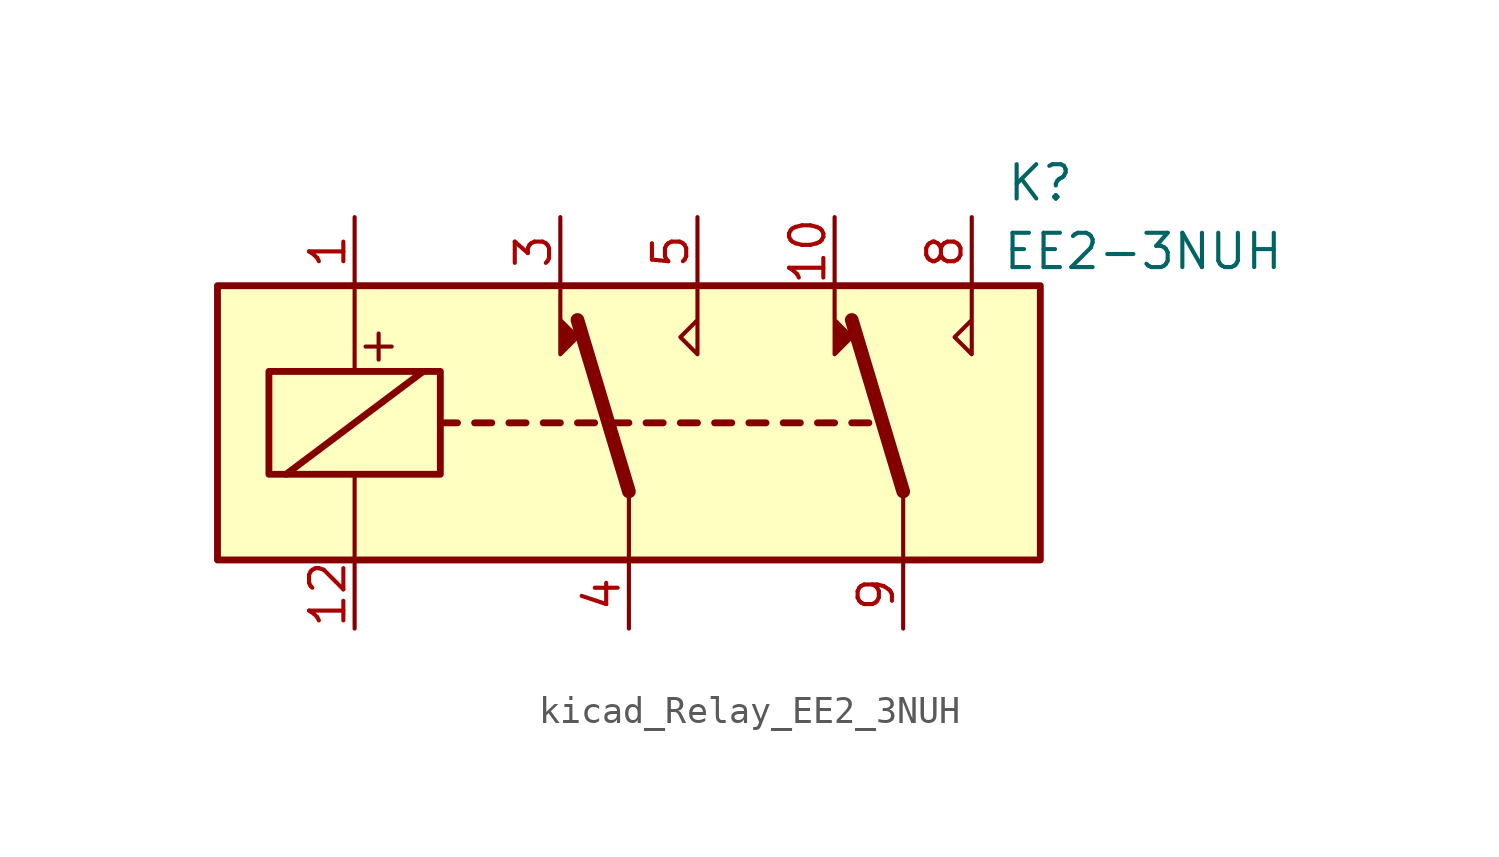
<source format=kicad_sym>
(kicad_symbol_lib
  (version 20220914)
  (generator kicad_symbol_editor)
  (symbol "kicad_Relay_EE2_3NUH"
    (property "Reference" "K"
      (at 15.24 8.89 0)
      (effects (font (size 1.27 1.27))))
    (property "Value" "EE2-3NUH"
      (at 19.05 6.35 0)
      (effects (font (size 1.27 1.27))))
    (symbol "kicad_Relay_EE2_3NUH_1_1"
      (rectangle (start -15.24 5.08) (end 15.24 -5.08) (stroke (width 0.254) (type default)) (fill (type background)))
      (rectangle (start -13.335 1.905) (end -6.985 -1.905) (stroke (width 0.254) (type default)) (fill (type none)))
      (polyline (pts (xy -12.7 -1.905) (xy -7.62 1.905)) (stroke (width 0.254) (type default)) (fill (type none)))
      (polyline (pts (xy -10.16 -5.08) (xy -10.16 -1.905)) (stroke (width 0) (type default)) (fill (type none)))
      (polyline (pts (xy -10.16 5.08) (xy -10.16 1.905)) (stroke (width 0) (type default)) (fill (type none)))
      (polyline (pts (xy -6.985 0) (xy -6.35 0)) (stroke (width 0.254) (type default)) (fill (type none)))
      (polyline (pts (xy -5.715 0) (xy -5.08 0)) (stroke (width 0.254) (type default)) (fill (type none)))
      (polyline (pts (xy -4.445 0) (xy -3.81 0)) (stroke (width 0.254) (type default)) (fill (type none)))
      (polyline (pts (xy -3.175 0) (xy -2.54 0)) (stroke (width 0.254) (type default)) (fill (type none)))
      (polyline (pts (xy -1.905 0) (xy -1.27 0)) (stroke (width 0.254) (type default)) (fill (type none)))
      (polyline (pts (xy -0.635 0) (xy 0 0)) (stroke (width 0.254) (type default)) (fill (type none)))
      (polyline (pts (xy 0 -2.54) (xy -1.905 3.81)) (stroke (width 0.508) (type default)) (fill (type none)))
      (polyline (pts (xy 0 -2.54) (xy 0 -5.08)) (stroke (width 0) (type default)) (fill (type none)))
      (polyline (pts (xy 0.635 0) (xy 1.27 0)) (stroke (width 0.254) (type default)) (fill (type none)))
      (polyline (pts (xy 1.905 0) (xy 2.54 0)) (stroke (width 0.254) (type default)) (fill (type none)))
      (polyline (pts (xy 3.175 0) (xy 3.81 0)) (stroke (width 0.254) (type default)) (fill (type none)))
      (polyline (pts (xy 4.445 0) (xy 5.08 0)) (stroke (width 0.254) (type default)) (fill (type none)))
      (polyline (pts (xy 5.715 0) (xy 6.35 0)) (stroke (width 0.254) (type default)) (fill (type none)))
      (polyline (pts (xy 6.985 0) (xy 7.62 0)) (stroke (width 0.254) (type default)) (fill (type none)))
      (polyline (pts (xy 8.255 0) (xy 8.89 0)) (stroke (width 0.254) (type default)) (fill (type none)))
      (polyline (pts (xy 10.16 -2.54) (xy 8.255 3.81)) (stroke (width 0.508) (type default)) (fill (type none)))
      (polyline (pts (xy 10.16 -2.54) (xy 10.16 -5.08)) (stroke (width 0) (type default)) (fill (type none)))
      (polyline (pts (xy -2.54 5.08) (xy -2.54 2.54) (xy -1.905 3.175) (xy -2.54 3.81)) (stroke (width 0) (type default)) (fill (type outline)))
      (polyline (pts (xy 2.54 5.08) (xy 2.54 2.54) (xy 1.905 3.175) (xy 2.54 3.81)) (stroke (width 0) (type default)) (fill (type none)))
      (polyline (pts (xy 7.62 5.08) (xy 7.62 2.54) (xy 8.255 3.175) (xy 7.62 3.81)) (stroke (width 0) (type default)) (fill (type outline)))
      (polyline (pts (xy 12.7 5.08) (xy 12.7 2.54) (xy 12.065 3.175) (xy 12.7 3.81)) (stroke (width 0) (type default)) (fill (type none)))
      (text "+" (at -9.271 2.921 0) (effects (font (size 1.27 1.27))))
      (pin passive line (at -10.16 7.62 270) (length 2.54) (name "~" (effects (font (size 1.27 1.27)))) (number "1" (effects (font (size 1.27 1.27)))))
      (pin passive line (at 7.62 7.62 270) (length 2.54) (name "~" (effects (font (size 1.27 1.27)))) (number "10" (effects (font (size 1.27 1.27)))))
      (pin passive line (at -10.16 -7.62 90) (length 2.54) (name "~" (effects (font (size 1.27 1.27)))) (number "12" (effects (font (size 1.27 1.27)))))
      (pin passive line (at -2.54 7.62 270) (length 2.54) (name "~" (effects (font (size 1.27 1.27)))) (number "3" (effects (font (size 1.27 1.27)))))
      (pin passive line (at 0 -7.62 90) (length 2.54) (name "~" (effects (font (size 1.27 1.27)))) (number "4" (effects (font (size 1.27 1.27)))))
      (pin passive line (at 2.54 7.62 270) (length 2.54) (name "~" (effects (font (size 1.27 1.27)))) (number "5" (effects (font (size 1.27 1.27)))))
      (pin passive line (at 12.7 7.62 270) (length 2.54) (name "~" (effects (font (size 1.27 1.27)))) (number "8" (effects (font (size 1.27 1.27)))))
      (pin passive line (at 10.16 -7.62 90) (length 2.54) (name "~" (effects (font (size 1.27 1.27)))) (number "9" (effects (font (size 1.27 1.27))))))))
</source>
